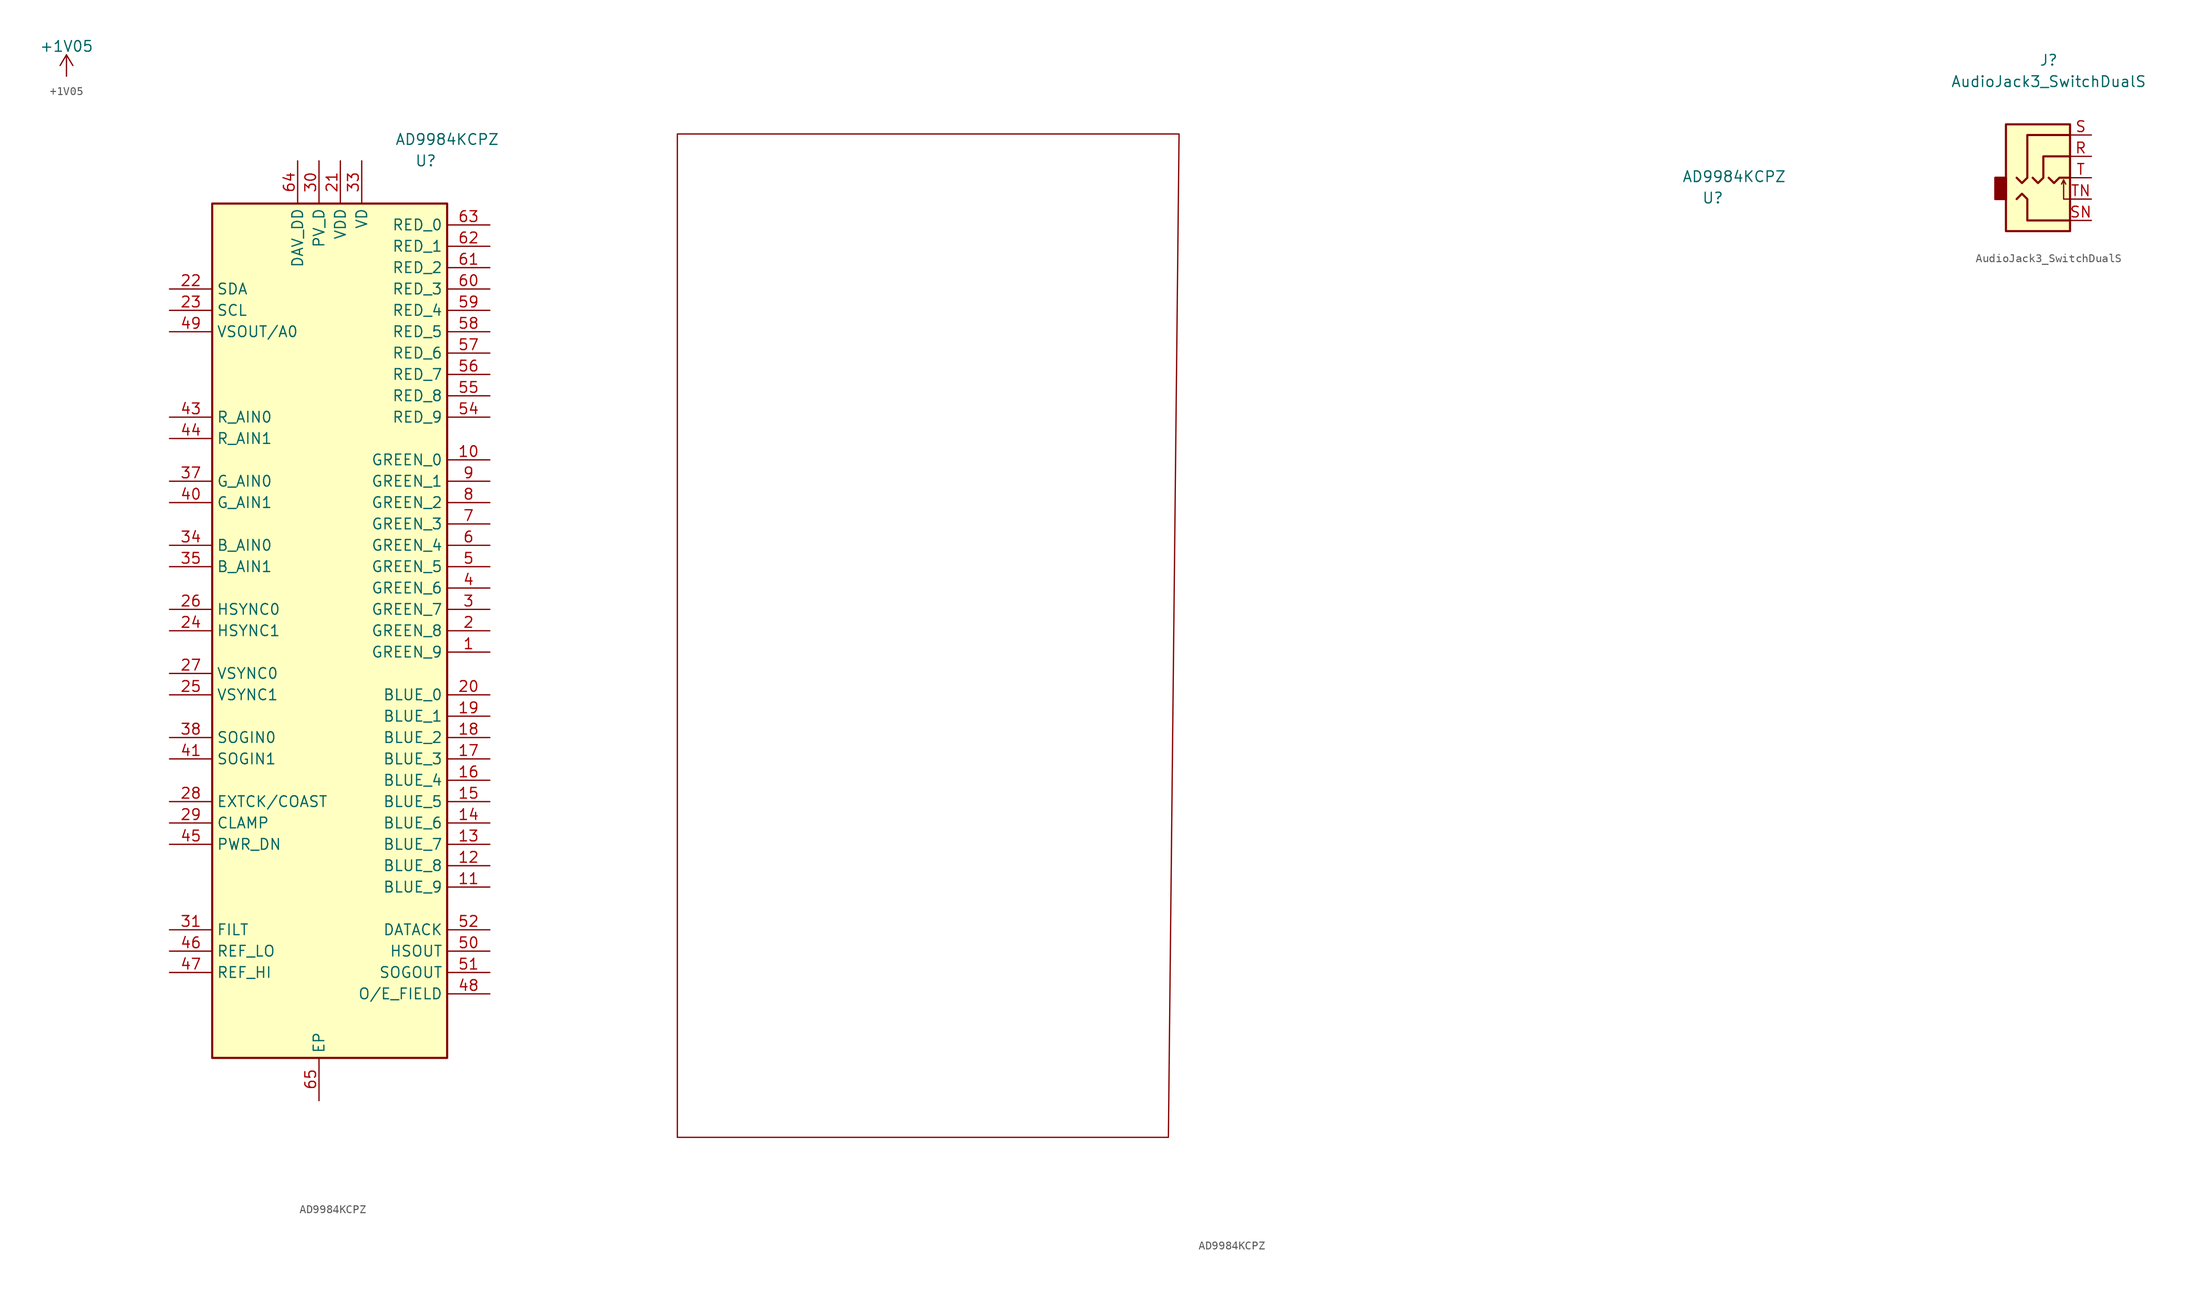
<source format=kicad_sym>
(kicad_symbol_lib
  (version 20211014)
  (generator kicad_symbol_editor)
  (symbol "+1V05"
    (power)
    (pin_names
      (offset 0))
    (property "Reference" "#PWR"
      (at 0 -3.81 0)
      (effects (font (size 1.27 1.27)) hide))
    (property "Value" "+1V05"
      (at 0 3.556 0)
      (effects (font (size 1.27 1.27))))
    (symbol "+1V05_0_1"
      (polyline (pts (xy -0.762 1.27) (xy 0 2.54)) (stroke (width 0) (type default) (color 0 0 0 0)) (fill (type none)))
      (polyline (pts (xy 0 0) (xy 0 2.54)) (stroke (width 0) (type default) (color 0 0 0 0)) (fill (type none)))
      (polyline (pts (xy 0 2.54) (xy 0.762 1.27)) (stroke (width 0) (type default) (color 0 0 0 0)) (fill (type none))))
    (symbol "+1V05_1_1"
      (pin power_in line (at 0 0 90) (length 0) hide (name "+1V05" (effects (font (size 1.27 1.27)))) (number "1" (effects (font (size 1.27 1.27)))))))
  (symbol "AD9984KCPZ"
    (property "Reference" "U"
      (at 10.16 55.88 0)
      (effects (font (size 1.27 1.27))))
    (property "Value" "AD9984KCPZ"
      (at 12.7 58.42 0)
      (effects (font (size 1.27 1.27))))
    (symbol "AD9984KCPZ_0_1"
      (rectangle (start 12.7 50.8) (end -15.24 -50.8) (stroke (width 0.254) (type default) (color 0 0 0 0)) (fill (type background))))
    (symbol "AD9984KCPZ_0_2"
      (polyline (pts (xy -113.03 -55.88) (xy -54.61 -55.88) (xy -53.34 63.5) (xy -113.03 63.5) (xy -113.03 -55.88)) (stroke (width 0) (type default) (color 0 0 0 0)) (fill (type none))))
    (symbol "AD9984KCPZ_1_1"
      (pin output line (at 17.78 -2.54 180) (length 5.08) (name "GREEN_9" (effects (font (size 1.27 1.27)))) (number "1" (effects (font (size 1.27 1.27)))))
      (pin output line (at 17.78 20.32 180) (length 5.08) (name "GREEN_0" (effects (font (size 1.27 1.27)))) (number "10" (effects (font (size 1.27 1.27)))))
      (pin output line (at 17.78 -30.48 180) (length 5.08) (name "BLUE_9" (effects (font (size 1.27 1.27)))) (number "11" (effects (font (size 1.27 1.27)))))
      (pin output line (at 17.78 -27.94 180) (length 5.08) (name "BLUE_8" (effects (font (size 1.27 1.27)))) (number "12" (effects (font (size 1.27 1.27)))))
      (pin output line (at 17.78 -25.4 180) (length 5.08) (name "BLUE_7" (effects (font (size 1.27 1.27)))) (number "13" (effects (font (size 1.27 1.27)))))
      (pin output line (at 17.78 -22.86 180) (length 5.08) (name "BLUE_6" (effects (font (size 1.27 1.27)))) (number "14" (effects (font (size 1.27 1.27)))))
      (pin output line (at 17.78 -20.32 180) (length 5.08) (name "BLUE_5" (effects (font (size 1.27 1.27)))) (number "15" (effects (font (size 1.27 1.27)))))
      (pin output line (at 17.78 -17.78 180) (length 5.08) (name "BLUE_4" (effects (font (size 1.27 1.27)))) (number "16" (effects (font (size 1.27 1.27)))))
      (pin output line (at 17.78 -15.24 180) (length 5.08) (name "BLUE_3" (effects (font (size 1.27 1.27)))) (number "17" (effects (font (size 1.27 1.27)))))
      (pin output line (at 17.78 -12.7 180) (length 5.08) (name "BLUE_2" (effects (font (size 1.27 1.27)))) (number "18" (effects (font (size 1.27 1.27)))))
      (pin output line (at 17.78 -10.16 180) (length 5.08) (name "BLUE_1" (effects (font (size 1.27 1.27)))) (number "19" (effects (font (size 1.27 1.27)))))
      (pin output line (at 17.78 0 180) (length 5.08) (name "GREEN_8" (effects (font (size 1.27 1.27)))) (number "2" (effects (font (size 1.27 1.27)))))
      (pin output line (at 17.78 -7.62 180) (length 5.08) (name "BLUE_0" (effects (font (size 1.27 1.27)))) (number "20" (effects (font (size 1.27 1.27)))))
      (pin power_in line (at 0 55.88 270) (length 5.08) (name "VDD" (effects (font (size 1.27 1.27)))) (number "21" (effects (font (size 1.27 1.27)))))
      (pin bidirectional line (at -20.32 40.64 0) (length 5.08) (name "SDA" (effects (font (size 1.27 1.27)))) (number "22" (effects (font (size 1.27 1.27)))))
      (pin input line (at -20.32 38.1 0) (length 5.08) (name "SCL" (effects (font (size 1.27 1.27)))) (number "23" (effects (font (size 1.27 1.27)))))
      (pin input line (at -20.32 0 0) (length 5.08) (name "HSYNC1" (effects (font (size 1.27 1.27)))) (number "24" (effects (font (size 1.27 1.27)))))
      (pin input line (at -20.32 -7.62 0) (length 5.08) (name "VSYNC1" (effects (font (size 1.27 1.27)))) (number "25" (effects (font (size 1.27 1.27)))))
      (pin input line (at -20.32 2.54 0) (length 5.08) (name "HSYNC0" (effects (font (size 1.27 1.27)))) (number "26" (effects (font (size 1.27 1.27)))))
      (pin input line (at -20.32 -5.08 0) (length 5.08) (name "VSYNC0" (effects (font (size 1.27 1.27)))) (number "27" (effects (font (size 1.27 1.27)))))
      (pin input line (at -20.32 -20.32 0) (length 5.08) (name "EXTCK/COAST" (effects (font (size 1.27 1.27)))) (number "28" (effects (font (size 1.27 1.27)))))
      (pin input line (at -20.32 -22.86 0) (length 5.08) (name "CLAMP" (effects (font (size 1.27 1.27)))) (number "29" (effects (font (size 1.27 1.27)))))
      (pin output line (at 17.78 2.54 180) (length 5.08) (name "GREEN_7" (effects (font (size 1.27 1.27)))) (number "3" (effects (font (size 1.27 1.27)))))
      (pin power_in line (at -2.54 55.88 270) (length 5.08) (name "PV_D" (effects (font (size 1.27 1.27)))) (number "30" (effects (font (size 1.27 1.27)))))
      (pin input line (at -20.32 -35.56 0) (length 5.08) (name "FILT" (effects (font (size 1.27 1.27)))) (number "31" (effects (font (size 1.27 1.27)))))
      (pin passive line (at -2.54 55.88 270) (length 5.08) hide (name "PV_D" (effects (font (size 1.27 1.27)))) (number "32" (effects (font (size 1.27 1.27)))))
      (pin power_in line (at 2.54 55.88 270) (length 5.08) (name "VD" (effects (font (size 1.27 1.27)))) (number "33" (effects (font (size 1.27 1.27)))))
      (pin input line (at -20.32 10.16 0) (length 5.08) (name "B_AIN0" (effects (font (size 1.27 1.27)))) (number "34" (effects (font (size 1.27 1.27)))))
      (pin input line (at -20.32 7.62 0) (length 5.08) (name "B_AIN1" (effects (font (size 1.27 1.27)))) (number "35" (effects (font (size 1.27 1.27)))))
      (pin passive line (at 2.54 55.88 270) (length 5.08) hide (name "VD" (effects (font (size 1.27 1.27)))) (number "36" (effects (font (size 1.27 1.27)))))
      (pin input line (at -20.32 17.78 0) (length 5.08) (name "G_AIN0" (effects (font (size 1.27 1.27)))) (number "37" (effects (font (size 1.27 1.27)))))
      (pin input line (at -20.32 -12.7 0) (length 5.08) (name "SOGIN0" (effects (font (size 1.27 1.27)))) (number "38" (effects (font (size 1.27 1.27)))))
      (pin passive line (at 2.54 55.88 270) (length 5.08) hide (name "VD" (effects (font (size 1.27 1.27)))) (number "39" (effects (font (size 1.27 1.27)))))
      (pin output line (at 17.78 5.08 180) (length 5.08) (name "GREEN_6" (effects (font (size 1.27 1.27)))) (number "4" (effects (font (size 1.27 1.27)))))
      (pin input line (at -20.32 15.24 0) (length 5.08) (name "G_AIN1" (effects (font (size 1.27 1.27)))) (number "40" (effects (font (size 1.27 1.27)))))
      (pin input line (at -20.32 -15.24 0) (length 5.08) (name "SOGIN1" (effects (font (size 1.27 1.27)))) (number "41" (effects (font (size 1.27 1.27)))))
      (pin passive line (at 2.54 55.88 270) (length 5.08) hide (name "VD" (effects (font (size 1.27 1.27)))) (number "42" (effects (font (size 1.27 1.27)))))
      (pin input line (at -20.32 25.4 0) (length 5.08) (name "R_AIN0" (effects (font (size 1.27 1.27)))) (number "43" (effects (font (size 1.27 1.27)))))
      (pin input line (at -20.32 22.86 0) (length 5.08) (name "R_AIN1" (effects (font (size 1.27 1.27)))) (number "44" (effects (font (size 1.27 1.27)))))
      (pin input line (at -20.32 -25.4 0) (length 5.08) (name "PWR_DN" (effects (font (size 1.27 1.27)))) (number "45" (effects (font (size 1.27 1.27)))))
      (pin input line (at -20.32 -38.1 0) (length 5.08) (name "REF_LO" (effects (font (size 1.27 1.27)))) (number "46" (effects (font (size 1.27 1.27)))))
      (pin input line (at -20.32 -40.64 0) (length 5.08) (name "REF_HI" (effects (font (size 1.27 1.27)))) (number "47" (effects (font (size 1.27 1.27)))))
      (pin output line (at 17.78 -43.18 180) (length 5.08) (name "O/E_FIELD" (effects (font (size 1.27 1.27)))) (number "48" (effects (font (size 1.27 1.27)))))
      (pin bidirectional line (at -20.32 35.56 0) (length 5.08) (name "VSOUT/A0" (effects (font (size 1.27 1.27)))) (number "49" (effects (font (size 1.27 1.27)))))
      (pin output line (at 17.78 7.62 180) (length 5.08) (name "GREEN_5" (effects (font (size 1.27 1.27)))) (number "5" (effects (font (size 1.27 1.27)))))
      (pin output line (at 17.78 -38.1 180) (length 5.08) (name "HSOUT" (effects (font (size 1.27 1.27)))) (number "50" (effects (font (size 1.27 1.27)))))
      (pin output line (at 17.78 -40.64 180) (length 5.08) (name "SOGOUT" (effects (font (size 1.27 1.27)))) (number "51" (effects (font (size 1.27 1.27)))))
      (pin output line (at 17.78 -35.56 180) (length 5.08) (name "DATACK" (effects (font (size 1.27 1.27)))) (number "52" (effects (font (size 1.27 1.27)))))
      (pin passive line (at 0 55.88 270) (length 5.08) hide (name "VDD" (effects (font (size 1.27 1.27)))) (number "53" (effects (font (size 1.27 1.27)))))
      (pin output line (at 17.78 25.4 180) (length 5.08) (name "RED_9" (effects (font (size 1.27 1.27)))) (number "54" (effects (font (size 1.27 1.27)))))
      (pin output line (at 17.78 27.94 180) (length 5.08) (name "RED_8" (effects (font (size 1.27 1.27)))) (number "55" (effects (font (size 1.27 1.27)))))
      (pin output line (at 17.78 30.48 180) (length 5.08) (name "RED_7" (effects (font (size 1.27 1.27)))) (number "56" (effects (font (size 1.27 1.27)))))
      (pin output line (at 17.78 33.02 180) (length 5.08) (name "RED_6" (effects (font (size 1.27 1.27)))) (number "57" (effects (font (size 1.27 1.27)))))
      (pin output line (at 17.78 35.56 180) (length 5.08) (name "RED_5" (effects (font (size 1.27 1.27)))) (number "58" (effects (font (size 1.27 1.27)))))
      (pin output line (at 17.78 38.1 180) (length 5.08) (name "RED_4" (effects (font (size 1.27 1.27)))) (number "59" (effects (font (size 1.27 1.27)))))
      (pin output line (at 17.78 10.16 180) (length 5.08) (name "GREEN_4" (effects (font (size 1.27 1.27)))) (number "6" (effects (font (size 1.27 1.27)))))
      (pin output line (at 17.78 40.64 180) (length 5.08) (name "RED_3" (effects (font (size 1.27 1.27)))) (number "60" (effects (font (size 1.27 1.27)))))
      (pin output line (at 17.78 43.18 180) (length 5.08) (name "RED_2" (effects (font (size 1.27 1.27)))) (number "61" (effects (font (size 1.27 1.27)))))
      (pin output line (at 17.78 45.72 180) (length 5.08) (name "RED_1" (effects (font (size 1.27 1.27)))) (number "62" (effects (font (size 1.27 1.27)))))
      (pin output line (at 17.78 48.26 180) (length 5.08) (name "RED_0" (effects (font (size 1.27 1.27)))) (number "63" (effects (font (size 1.27 1.27)))))
      (pin power_in line (at -5.08 55.88 270) (length 5.08) (name "DAV_DD" (effects (font (size 1.27 1.27)))) (number "64" (effects (font (size 1.27 1.27)))))
      (pin passive line (at -2.54 -55.88 90) (length 5.08) (name "EP" (effects (font (size 1.27 1.27)))) (number "65" (effects (font (size 1.27 1.27)))))
      (pin output line (at 17.78 12.7 180) (length 5.08) (name "GREEN_3" (effects (font (size 1.27 1.27)))) (number "7" (effects (font (size 1.27 1.27)))))
      (pin output line (at 17.78 15.24 180) (length 5.08) (name "GREEN_2" (effects (font (size 1.27 1.27)))) (number "8" (effects (font (size 1.27 1.27)))))
      (pin output line (at 17.78 17.78 180) (length 5.08) (name "GREEN_1" (effects (font (size 1.27 1.27)))) (number "9" (effects (font (size 1.27 1.27)))))))
  (symbol "AudioJack3_SwitchDualS"
    (property "Reference" "J"
      (at 0 8.89 0)
      (effects (font (size 1.27 1.27))))
    (property "Value" "AudioJack3_SwitchDualS"
      (at 0 6.35 0)
      (effects (font (size 1.27 1.27))))
    (symbol "AudioJack3_SwitchDualS_0_1"
      (rectangle (start -5.08 -5.08) (end -6.35 -7.62) (stroke (width 0.254) (type default) (color 0 0 0 0)) (fill (type outline)))
      (polyline (pts (xy 1.778 -5.334) (xy 2.032 -5.842)) (stroke (width 0) (type default) (color 0 0 0 0)) (fill (type none)))
      (polyline (pts (xy 0 -5.08) (xy 0.635 -5.715) (xy 1.27 -5.08) (xy 2.54 -5.08)) (stroke (width 0.254) (type default) (color 0 0 0 0)) (fill (type none)))
      (polyline (pts (xy 2.54 -7.62) (xy 1.778 -7.62) (xy 1.778 -5.334) (xy 1.524 -5.842)) (stroke (width 0) (type default) (color 0 0 0 0)) (fill (type none)))
      (polyline (pts (xy -3.81 -7.62) (xy -3.175 -6.985) (xy -2.54 -7.62) (xy -2.54 -10.16) (xy 2.54 -10.16)) (stroke (width 0.254) (type default) (color 0 0 0 0)) (fill (type none)))
      (polyline (pts (xy -3.81 -5.08) (xy -3.175 -5.715) (xy -2.54 -5.08) (xy -2.54 0) (xy 2.54 0)) (stroke (width 0.254) (type default) (color 0 0 0 0)) (fill (type none)))
      (polyline (pts (xy -1.905 -5.08) (xy -1.27 -5.715) (xy -0.635 -5.08) (xy -0.635 -3.175) (xy -0.635 -2.54) (xy 2.54 -2.54)) (stroke (width 0.254) (type default) (color 0 0 0 0)) (fill (type none)))
      (rectangle (start 2.54 1.27) (end -5.08 -11.43) (stroke (width 0.254) (type default) (color 0 0 0 0)) (fill (type background))))
    (symbol "AudioJack3_SwitchDualS_1_1"
      (pin passive line (at 5.08 -2.54 180) (length 2.54) (name "~" (effects (font (size 1.27 1.27)))) (number "R" (effects (font (size 1.27 1.27)))))
      (pin passive line (at 5.08 0 180) (length 2.54) (name "~" (effects (font (size 1.27 1.27)))) (number "S" (effects (font (size 1.27 1.27)))))
      (pin passive line (at 5.08 -10.16 180) (length 2.54) (name "~" (effects (font (size 1.27 1.27)))) (number "SN" (effects (font (size 1.27 1.27)))))
      (pin passive line (at 5.08 -5.08 180) (length 2.54) (name "~" (effects (font (size 1.27 1.27)))) (number "T" (effects (font (size 1.27 1.27)))))
      (pin passive line (at 5.08 -7.62 180) (length 2.54) (name "~" (effects (font (size 1.27 1.27)))) (number "TN" (effects (font (size 1.27 1.27))))))))
</source>
